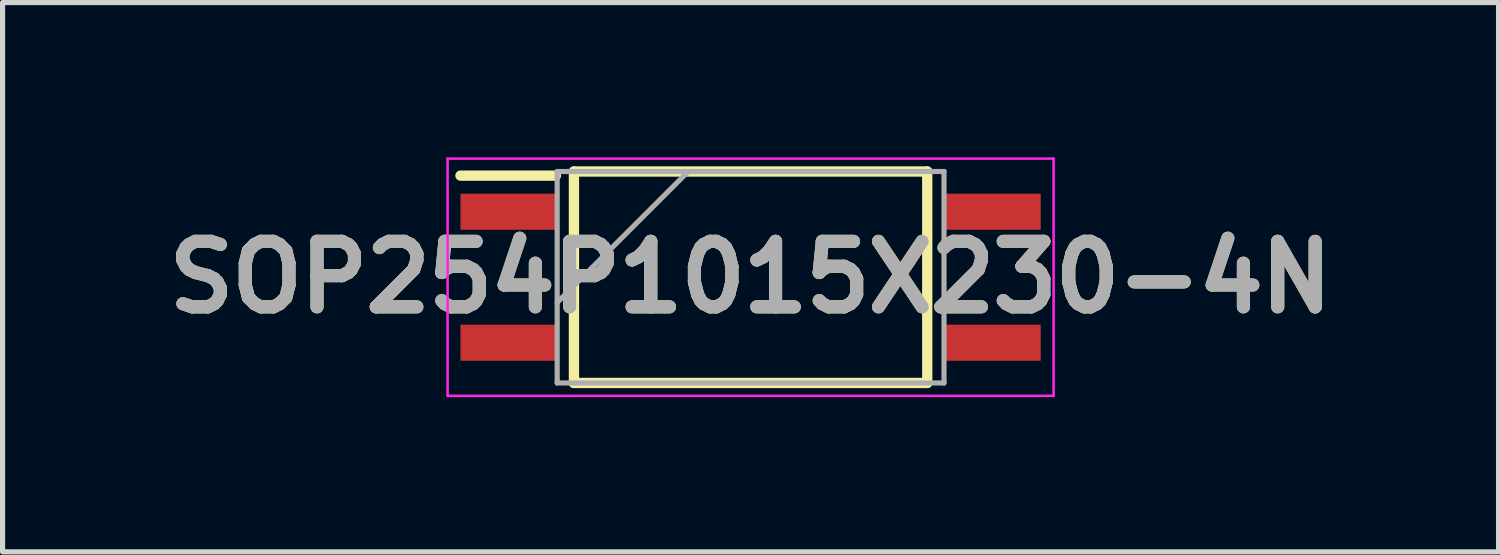
<source format=kicad_pcb>
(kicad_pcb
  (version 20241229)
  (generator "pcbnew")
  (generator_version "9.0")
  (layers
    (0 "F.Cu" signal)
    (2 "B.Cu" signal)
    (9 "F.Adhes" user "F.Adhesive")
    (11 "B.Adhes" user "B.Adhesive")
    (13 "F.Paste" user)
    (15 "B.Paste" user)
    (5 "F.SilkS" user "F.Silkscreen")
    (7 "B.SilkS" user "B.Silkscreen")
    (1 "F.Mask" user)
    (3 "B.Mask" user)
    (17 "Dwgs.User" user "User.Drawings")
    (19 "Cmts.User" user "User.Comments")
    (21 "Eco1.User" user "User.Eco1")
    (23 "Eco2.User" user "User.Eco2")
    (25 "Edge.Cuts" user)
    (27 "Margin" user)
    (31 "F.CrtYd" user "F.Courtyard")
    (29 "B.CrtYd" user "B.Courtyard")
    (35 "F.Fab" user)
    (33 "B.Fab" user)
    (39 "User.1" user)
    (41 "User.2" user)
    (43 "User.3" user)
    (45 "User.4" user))
  (footprint "SOP254P1015X230-4N"
    (layer "F.Cu")
    (at 11.503 2.325)
    (property "Reference" "SOP254P1015X230-4N" (at 0 0 0) (layer "F.SilkS") (effects (font (size 1.27 1.27) (thickness 0.254))))
    (attr smd)
    (fp_line (start -5.625 -1.97) (end -3.775 -1.97) (stroke (width 0.2) (type solid)) (layer "F.SilkS"))
    (fp_line (start -3.425 -2.05) (end 3.425 -2.05) (stroke (width 0.2) (type solid)) (layer "F.SilkS"))
    (fp_line (start -3.425 2.05) (end -3.425 -2.05) (stroke (width 0.2) (type solid)) (layer "F.SilkS"))
    (fp_line (start 3.425 -2.05) (end 3.425 2.05) (stroke (width 0.2) (type solid)) (layer "F.SilkS"))
    (fp_line (start 3.425 2.05) (end -3.425 2.05) (stroke (width 0.2) (type solid)) (layer "F.SilkS"))
    (fp_line (start -5.875 -2.3) (end 5.875 -2.3) (stroke (width 0.05) (type solid)) (layer "F.CrtYd"))
    (fp_line (start -5.875 2.3) (end -5.875 -2.3) (stroke (width 0.05) (type solid)) (layer "F.CrtYd"))
    (fp_line (start 5.875 -2.3) (end 5.875 2.3) (stroke (width 0.05) (type solid)) (layer "F.CrtYd"))
    (fp_line (start 5.875 2.3) (end -5.875 2.3) (stroke (width 0.05) (type solid)) (layer "F.CrtYd"))
    (fp_line (start -3.75 -2.05) (end 3.75 -2.05) (stroke (width 0.1) (type solid)) (layer "F.Fab"))
    (fp_line (start -3.75 0.49) (end -1.21 -2.05) (stroke (width 0.1) (type solid)) (layer "F.Fab"))
    (fp_line (start -3.75 2.05) (end -3.75 -2.05) (stroke (width 0.1) (type solid)) (layer "F.Fab"))
    (fp_line (start 3.75 -2.05) (end 3.75 2.05) (stroke (width 0.1) (type solid)) (layer "F.Fab"))
    (fp_line (start 3.75 2.05) (end -3.75 2.05) (stroke (width 0.1) (type solid)) (layer "F.Fab"))
    (fp_text user "${REFERENCE}" (at 0 0 0) (layer "F.Fab") (effects (font (size 1.27 1.27) (thickness 0.254))))
    (pad "1" smd rect (at -4.7 -1.27 90) (size 0.7 1.85) (layers "F.Cu" "F.Mask" "F.Paste"))
    (pad "2" smd rect (at -4.7 1.27 90) (size 0.7 1.85) (layers "F.Cu" "F.Mask" "F.Paste"))
    (pad "3" smd rect (at 4.7 1.27 90) (size 0.7 1.85) (layers "F.Cu" "F.Mask" "F.Paste"))
    (pad "4" smd rect (at 4.7 -1.27 90) (size 0.7 1.85) (layers "F.Cu" "F.Mask" "F.Paste")))
  (gr_rect
    (start -3 -3)
    (end 26.005 7.65)
    (stroke (width 0.1) (type default))
    (fill no)
    (layer "Edge.Cuts")))
</source>
